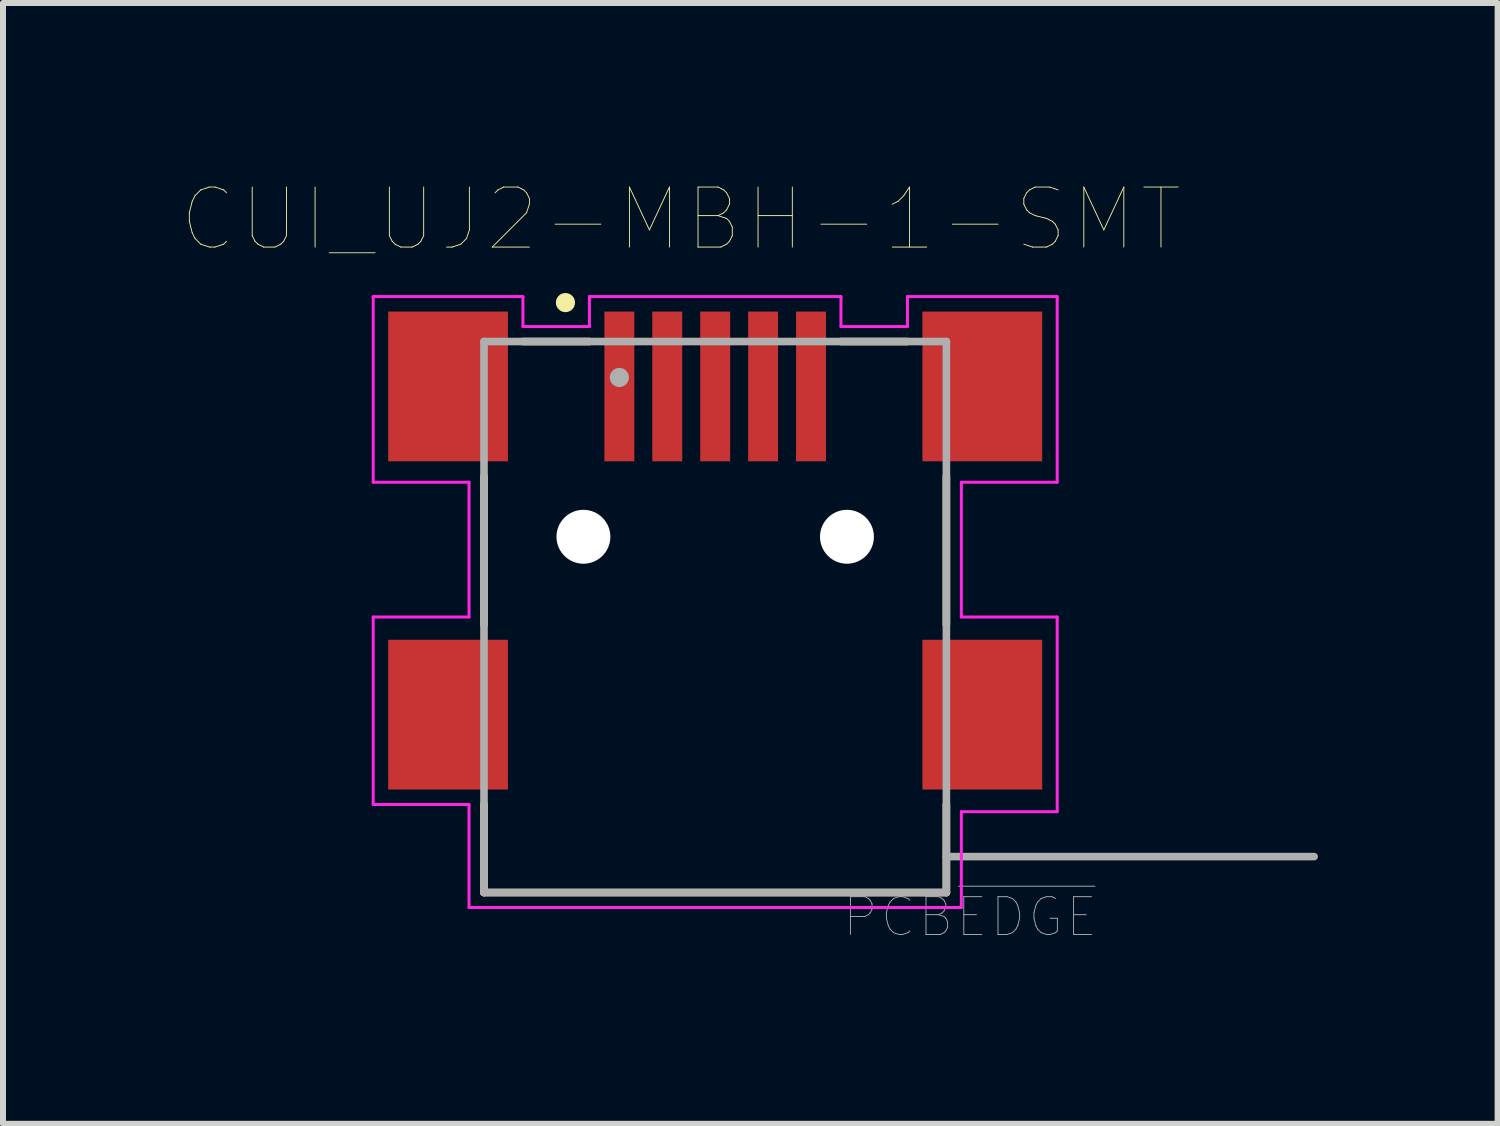
<source format=kicad_pcb>
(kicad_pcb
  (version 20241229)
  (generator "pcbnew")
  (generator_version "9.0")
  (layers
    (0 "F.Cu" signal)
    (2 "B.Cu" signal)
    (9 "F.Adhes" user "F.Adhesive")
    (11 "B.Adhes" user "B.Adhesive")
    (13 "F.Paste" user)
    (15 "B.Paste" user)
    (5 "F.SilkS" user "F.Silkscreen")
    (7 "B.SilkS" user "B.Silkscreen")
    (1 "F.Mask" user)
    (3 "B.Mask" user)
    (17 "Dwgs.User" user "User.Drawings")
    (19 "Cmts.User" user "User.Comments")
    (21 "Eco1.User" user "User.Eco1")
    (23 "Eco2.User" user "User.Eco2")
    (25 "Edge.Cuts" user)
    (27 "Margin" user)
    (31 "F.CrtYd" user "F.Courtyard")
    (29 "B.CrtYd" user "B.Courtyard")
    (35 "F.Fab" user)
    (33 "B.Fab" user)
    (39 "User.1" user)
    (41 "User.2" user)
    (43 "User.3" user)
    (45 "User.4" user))
  (footprint "CUI_UJ2-MBH-1-SMT"
    (layer "F.Cu")
    (at 7.291 3.402)
    (property "Reference" "CUI_UJ2-MBH-1-SMT" (at 1.027 -2.79 0) (layer "F.SilkS") (effects (font (size 1.002 1.002) (thickness 0.015))))
    (attr through_hole)
    (fp_line (start -2.26 3.98) (end -2.26 1.5) (stroke (width 0.127) (type solid)) (layer "F.SilkS"))
    (fp_line (start -2.26 6.98) (end -2.26 8.45) (stroke (width 0.127) (type solid)) (layer "F.SilkS"))
    (fp_line (start -2.26 8.45) (end 5.46 8.45) (stroke (width 0.127) (type solid)) (layer "F.SilkS"))
    (fp_line (start -1.61 -0.75) (end -0.5 -0.75) (stroke (width 0.127) (type solid)) (layer "F.SilkS"))
    (fp_line (start 3.7 -0.75) (end 4.81 -0.75) (stroke (width 0.127) (type solid)) (layer "F.SilkS"))
    (fp_line (start 5.46 3.98) (end 5.46 1.5) (stroke (width 0.127) (type solid)) (layer "F.SilkS"))
    (fp_line (start 5.46 8.45) (end 5.46 6.98) (stroke (width 0.127) (type solid)) (layer "F.SilkS"))
    (fp_circle (center -0.9 -1.4) (end -0.82 -1.4) (stroke (width 0.16) (type solid)) (fill no) (layer "F.SilkS"))
    (fp_line (start -4.11 -1.5) (end -4.11 1.6) (stroke (width 0.05) (type solid)) (layer "F.CrtYd"))
    (fp_line (start -4.11 1.6) (end -2.51 1.6) (stroke (width 0.05) (type solid)) (layer "F.CrtYd"))
    (fp_line (start -4.11 3.85) (end -4.11 6.98) (stroke (width 0.05) (type solid)) (layer "F.CrtYd"))
    (fp_line (start -4.11 6.98) (end -2.51 6.98) (stroke (width 0.05) (type solid)) (layer "F.CrtYd"))
    (fp_line (start -2.51 1.6) (end -2.51 3.85) (stroke (width 0.05) (type solid)) (layer "F.CrtYd"))
    (fp_line (start -2.51 3.85) (end -4.11 3.85) (stroke (width 0.05) (type solid)) (layer "F.CrtYd"))
    (fp_line (start -2.51 6.98) (end -2.51 8.7) (stroke (width 0.05) (type solid)) (layer "F.CrtYd"))
    (fp_line (start -2.51 8.7) (end 5.71 8.7) (stroke (width 0.05) (type solid)) (layer "F.CrtYd"))
    (fp_line (start -1.61 -1.5) (end -4.11 -1.5) (stroke (width 0.05) (type solid)) (layer "F.CrtYd"))
    (fp_line (start -1.61 -1) (end -1.61 -1.5) (stroke (width 0.05) (type solid)) (layer "F.CrtYd"))
    (fp_line (start -0.5 -1.5) (end -0.5 -1) (stroke (width 0.05) (type solid)) (layer "F.CrtYd"))
    (fp_line (start -0.5 -1) (end -1.61 -1) (stroke (width 0.05) (type solid)) (layer "F.CrtYd"))
    (fp_line (start 3.7 -1.5) (end -0.5 -1.5) (stroke (width 0.05) (type solid)) (layer "F.CrtYd"))
    (fp_line (start 3.7 -1) (end 3.7 -1.5) (stroke (width 0.05) (type solid)) (layer "F.CrtYd"))
    (fp_line (start 4.81 -1.5) (end 4.81 -1) (stroke (width 0.05) (type solid)) (layer "F.CrtYd"))
    (fp_line (start 4.81 -1) (end 3.7 -1) (stroke (width 0.05) (type solid)) (layer "F.CrtYd"))
    (fp_line (start 5.71 1.6) (end 7.31 1.6) (stroke (width 0.05) (type solid)) (layer "F.CrtYd"))
    (fp_line (start 5.71 3.85) (end 5.71 1.6) (stroke (width 0.05) (type solid)) (layer "F.CrtYd"))
    (fp_line (start 5.71 7.1) (end 7.31 7.1) (stroke (width 0.05) (type solid)) (layer "F.CrtYd"))
    (fp_line (start 5.71 8.7) (end 5.71 7.1) (stroke (width 0.05) (type solid)) (layer "F.CrtYd"))
    (fp_line (start 7.31 -1.5) (end 4.81 -1.5) (stroke (width 0.05) (type solid)) (layer "F.CrtYd"))
    (fp_line (start 7.31 1.6) (end 7.31 -1.5) (stroke (width 0.05) (type solid)) (layer "F.CrtYd"))
    (fp_line (start 7.31 3.85) (end 5.71 3.85) (stroke (width 0.05) (type solid)) (layer "F.CrtYd"))
    (fp_line (start 7.31 7.1) (end 7.31 3.85) (stroke (width 0.05) (type solid)) (layer "F.CrtYd"))
    (fp_line (start -2.26 -0.75) (end 5.46 -0.75) (stroke (width 0.127) (type solid)) (layer "F.Fab"))
    (fp_line (start -2.26 8.45) (end -2.26 -0.75) (stroke (width 0.127) (type solid)) (layer "F.Fab"))
    (fp_line (start 5.46 -0.75) (end 5.46 7.85) (stroke (width 0.127) (type solid)) (layer "F.Fab"))
    (fp_line (start 5.46 7.85) (end 5.46 8.45) (stroke (width 0.127) (type solid)) (layer "F.Fab"))
    (fp_line (start 5.46 7.85) (end 11.6 7.85) (stroke (width 0.127) (type solid)) (layer "F.Fab"))
    (fp_line (start 5.46 8.45) (end -2.26 8.45) (stroke (width 0.127) (type solid)) (layer "F.Fab"))
    (fp_circle (center 0 -0.15) (end 0.08 -0.15) (stroke (width 0.16) (type solid)) (fill no) (layer "F.Fab"))
    (fp_text user "PCB~{EDGE}" (at 5.856 8.859 0) (layer "F.Fab") (effects (font (size 0.631 0.631) (thickness 0.015))))
    (pad "" np_thru_hole circle (at -0.6 2.51) (size 0.9 0.9) (drill 0.9) (layers "*.Cu" "*.Mask"))
    (pad "" np_thru_hole circle (at 3.8 2.51) (size 0.9 0.9) (drill 0.9) (layers "*.Cu" "*.Mask"))
    (pad "1" smd rect (at 0 0) (size 0.5 2.5) (layers "F.Cu" "F.Mask" "F.Paste"))
    (pad "2" smd rect (at 0.8 0) (size 0.5 2.5) (layers "F.Cu" "F.Mask" "F.Paste"))
    (pad "3" smd rect (at 1.6 0) (size 0.5 2.5) (layers "F.Cu" "F.Mask" "F.Paste"))
    (pad "4" smd rect (at 2.4 0) (size 0.5 2.5) (layers "F.Cu" "F.Mask" "F.Paste"))
    (pad "5" smd rect (at 3.2 0) (size 0.5 2.5) (layers "F.Cu" "F.Mask" "F.Paste"))
    (pad "SH1" smd rect (at -2.86 0) (size 2 2.5) (layers "F.Cu" "F.Mask" "F.Paste"))
    (pad "SH2" smd rect (at 6.06 0) (size 2 2.5) (layers "F.Cu" "F.Mask" "F.Paste"))
    (pad "SH3" smd rect (at -2.86 5.48) (size 2 2.5) (layers "F.Cu" "F.Mask" "F.Paste"))
    (pad "SH4" smd rect (at 6.06 5.48) (size 2 2.5) (layers "F.Cu" "F.Mask" "F.Paste")))
  (gr_rect
    (start -3 -3)
    (end 21.955 15.713)
    (stroke (width 0.1) (type default))
    (fill no)
    (layer "Edge.Cuts")))
</source>
